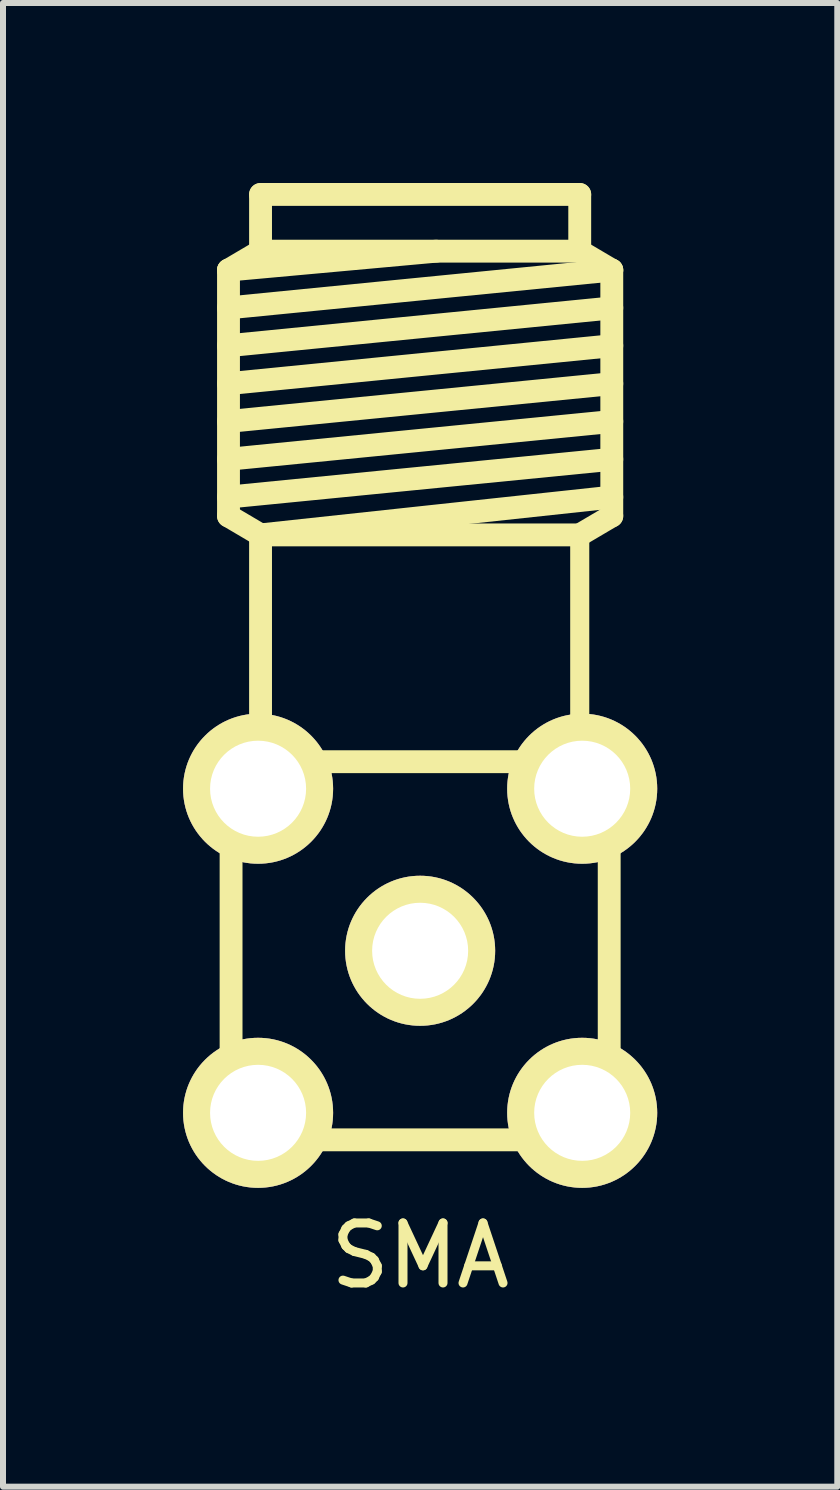
<source format=kicad_pcb>
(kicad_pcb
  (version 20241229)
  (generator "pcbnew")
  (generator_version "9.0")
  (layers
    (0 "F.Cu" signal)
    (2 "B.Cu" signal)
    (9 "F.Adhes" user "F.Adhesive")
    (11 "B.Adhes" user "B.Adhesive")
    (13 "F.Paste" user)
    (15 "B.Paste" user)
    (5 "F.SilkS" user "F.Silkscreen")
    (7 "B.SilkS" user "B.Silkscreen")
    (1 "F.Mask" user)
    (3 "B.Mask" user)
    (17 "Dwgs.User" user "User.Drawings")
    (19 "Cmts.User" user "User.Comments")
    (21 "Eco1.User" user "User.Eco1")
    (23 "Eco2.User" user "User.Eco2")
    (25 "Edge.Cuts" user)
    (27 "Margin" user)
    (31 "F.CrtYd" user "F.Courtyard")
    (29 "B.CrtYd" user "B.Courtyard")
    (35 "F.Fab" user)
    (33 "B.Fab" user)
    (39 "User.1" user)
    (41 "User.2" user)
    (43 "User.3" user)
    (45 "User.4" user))
  (footprint "SMA"
    (layer "F.Cu")
    (at 3.95 12.791)
    (property "Reference" "SMA" (at 0 5.08 0) (layer "F.SilkS") (effects (font (size 1 1) (thickness 0.15))))
    (attr through_hole)
    (fp_line (start -3.193 -11.341) (end -2.659 -11.656) (stroke (width 0.381) (type solid)) (layer "F.SilkS"))
    (fp_line (start -3.193 -11.341) (end 0.267 -11.656) (stroke (width 0.381) (type solid)) (layer "F.SilkS"))
    (fp_line (start -3.193 -10.711) (end 3.193 -11.341) (stroke (width 0.381) (type solid)) (layer "F.SilkS"))
    (fp_line (start -3.193 -10.081) (end 3.193 -10.711) (stroke (width 0.381) (type solid)) (layer "F.SilkS"))
    (fp_line (start -3.193 -9.449) (end 3.193 -10.081) (stroke (width 0.381) (type solid)) (layer "F.SilkS"))
    (fp_line (start -3.193 -8.819) (end 3.193 -9.449) (stroke (width 0.381) (type solid)) (layer "F.SilkS"))
    (fp_line (start -3.193 -8.189) (end 3.193 -8.819) (stroke (width 0.381) (type solid)) (layer "F.SilkS"))
    (fp_line (start -3.193 -7.559) (end 3.193 -8.189) (stroke (width 0.381) (type solid)) (layer "F.SilkS"))
    (fp_line (start -3.193 -7.244) (end -3.193 -11.341) (stroke (width 0.381) (type solid)) (layer "F.SilkS"))
    (fp_line (start -3.15 -3.15) (end 3.15 -3.15) (stroke (width 0.381) (type solid)) (layer "F.SilkS"))
    (fp_line (start -3.15 3.15) (end -3.15 -3.15) (stroke (width 0.381) (type solid)) (layer "F.SilkS"))
    (fp_line (start -3.15 3.15) (end 3.15 3.15) (stroke (width 0.381) (type solid)) (layer "F.SilkS"))
    (fp_line (start -2.659 -11.656) (end -2.659 -12.601) (stroke (width 0.381) (type solid)) (layer "F.SilkS"))
    (fp_line (start -2.659 -11.656) (end 2.659 -11.656) (stroke (width 0.381) (type solid)) (layer "F.SilkS"))
    (fp_line (start -2.659 -6.929) (end -3.193 -7.244) (stroke (width 0.381) (type solid)) (layer "F.SilkS"))
    (fp_line (start -2.659 -3.15) (end -2.659 -6.929) (stroke (width 0.381) (type solid)) (layer "F.SilkS"))
    (fp_line (start 2.659 -12.601) (end -2.659 -12.601) (stroke (width 0.381) (type solid)) (layer "F.SilkS"))
    (fp_line (start 2.659 -11.656) (end 2.659 -12.601) (stroke (width 0.381) (type solid)) (layer "F.SilkS"))
    (fp_line (start 2.659 -11.656) (end 3.193 -11.341) (stroke (width 0.381) (type solid)) (layer "F.SilkS"))
    (fp_line (start 2.659 -6.929) (end -2.659 -6.929) (stroke (width 0.381) (type solid)) (layer "F.SilkS"))
    (fp_line (start 2.659 -3.15) (end 2.659 -6.929) (stroke (width 0.318) (type solid)) (layer "F.SilkS"))
    (fp_line (start 3.15 -3.15) (end 3.15 3.15) (stroke (width 0.381) (type solid)) (layer "F.SilkS"))
    (fp_line (start 3.193 -11.341) (end 3.193 -7.244) (stroke (width 0.381) (type solid)) (layer "F.SilkS"))
    (fp_line (start 3.193 -7.559) (end -2.659 -6.929) (stroke (width 0.381) (type solid)) (layer "F.SilkS"))
    (fp_line (start 3.193 -7.244) (end 2.659 -6.929) (stroke (width 0.381) (type solid)) (layer "F.SilkS"))
    (pad "1" thru_hole circle (at 0 0) (size 2.5 2.5) (drill 1.6) (layers "*.Cu" "*.Mask" "F.SilkS"))
    (pad "2" thru_hole circle (at -2.7 -2.7) (size 2.5 2.5) (drill 1.6) (layers "*.Cu" "*.Mask" "F.SilkS"))
    (pad "3" thru_hole circle (at 2.7 -2.7) (size 2.5 2.5) (drill 1.6) (layers "*.Cu" "*.Mask" "F.SilkS"))
    (pad "4" thru_hole circle (at 2.7 2.7) (size 2.5 2.5) (drill 1.6) (layers "*.Cu" "*.Mask" "F.SilkS"))
    (pad "5" thru_hole circle (at -2.7 2.7) (size 2.5 2.5) (drill 1.6) (layers "*.Cu" "*.Mask" "F.SilkS")))
  (gr_rect
    (start -3 -3)
    (end 10.9 21.72)
    (stroke (width 0.1) (type default))
    (fill no)
    (layer "Edge.Cuts")))
</source>
